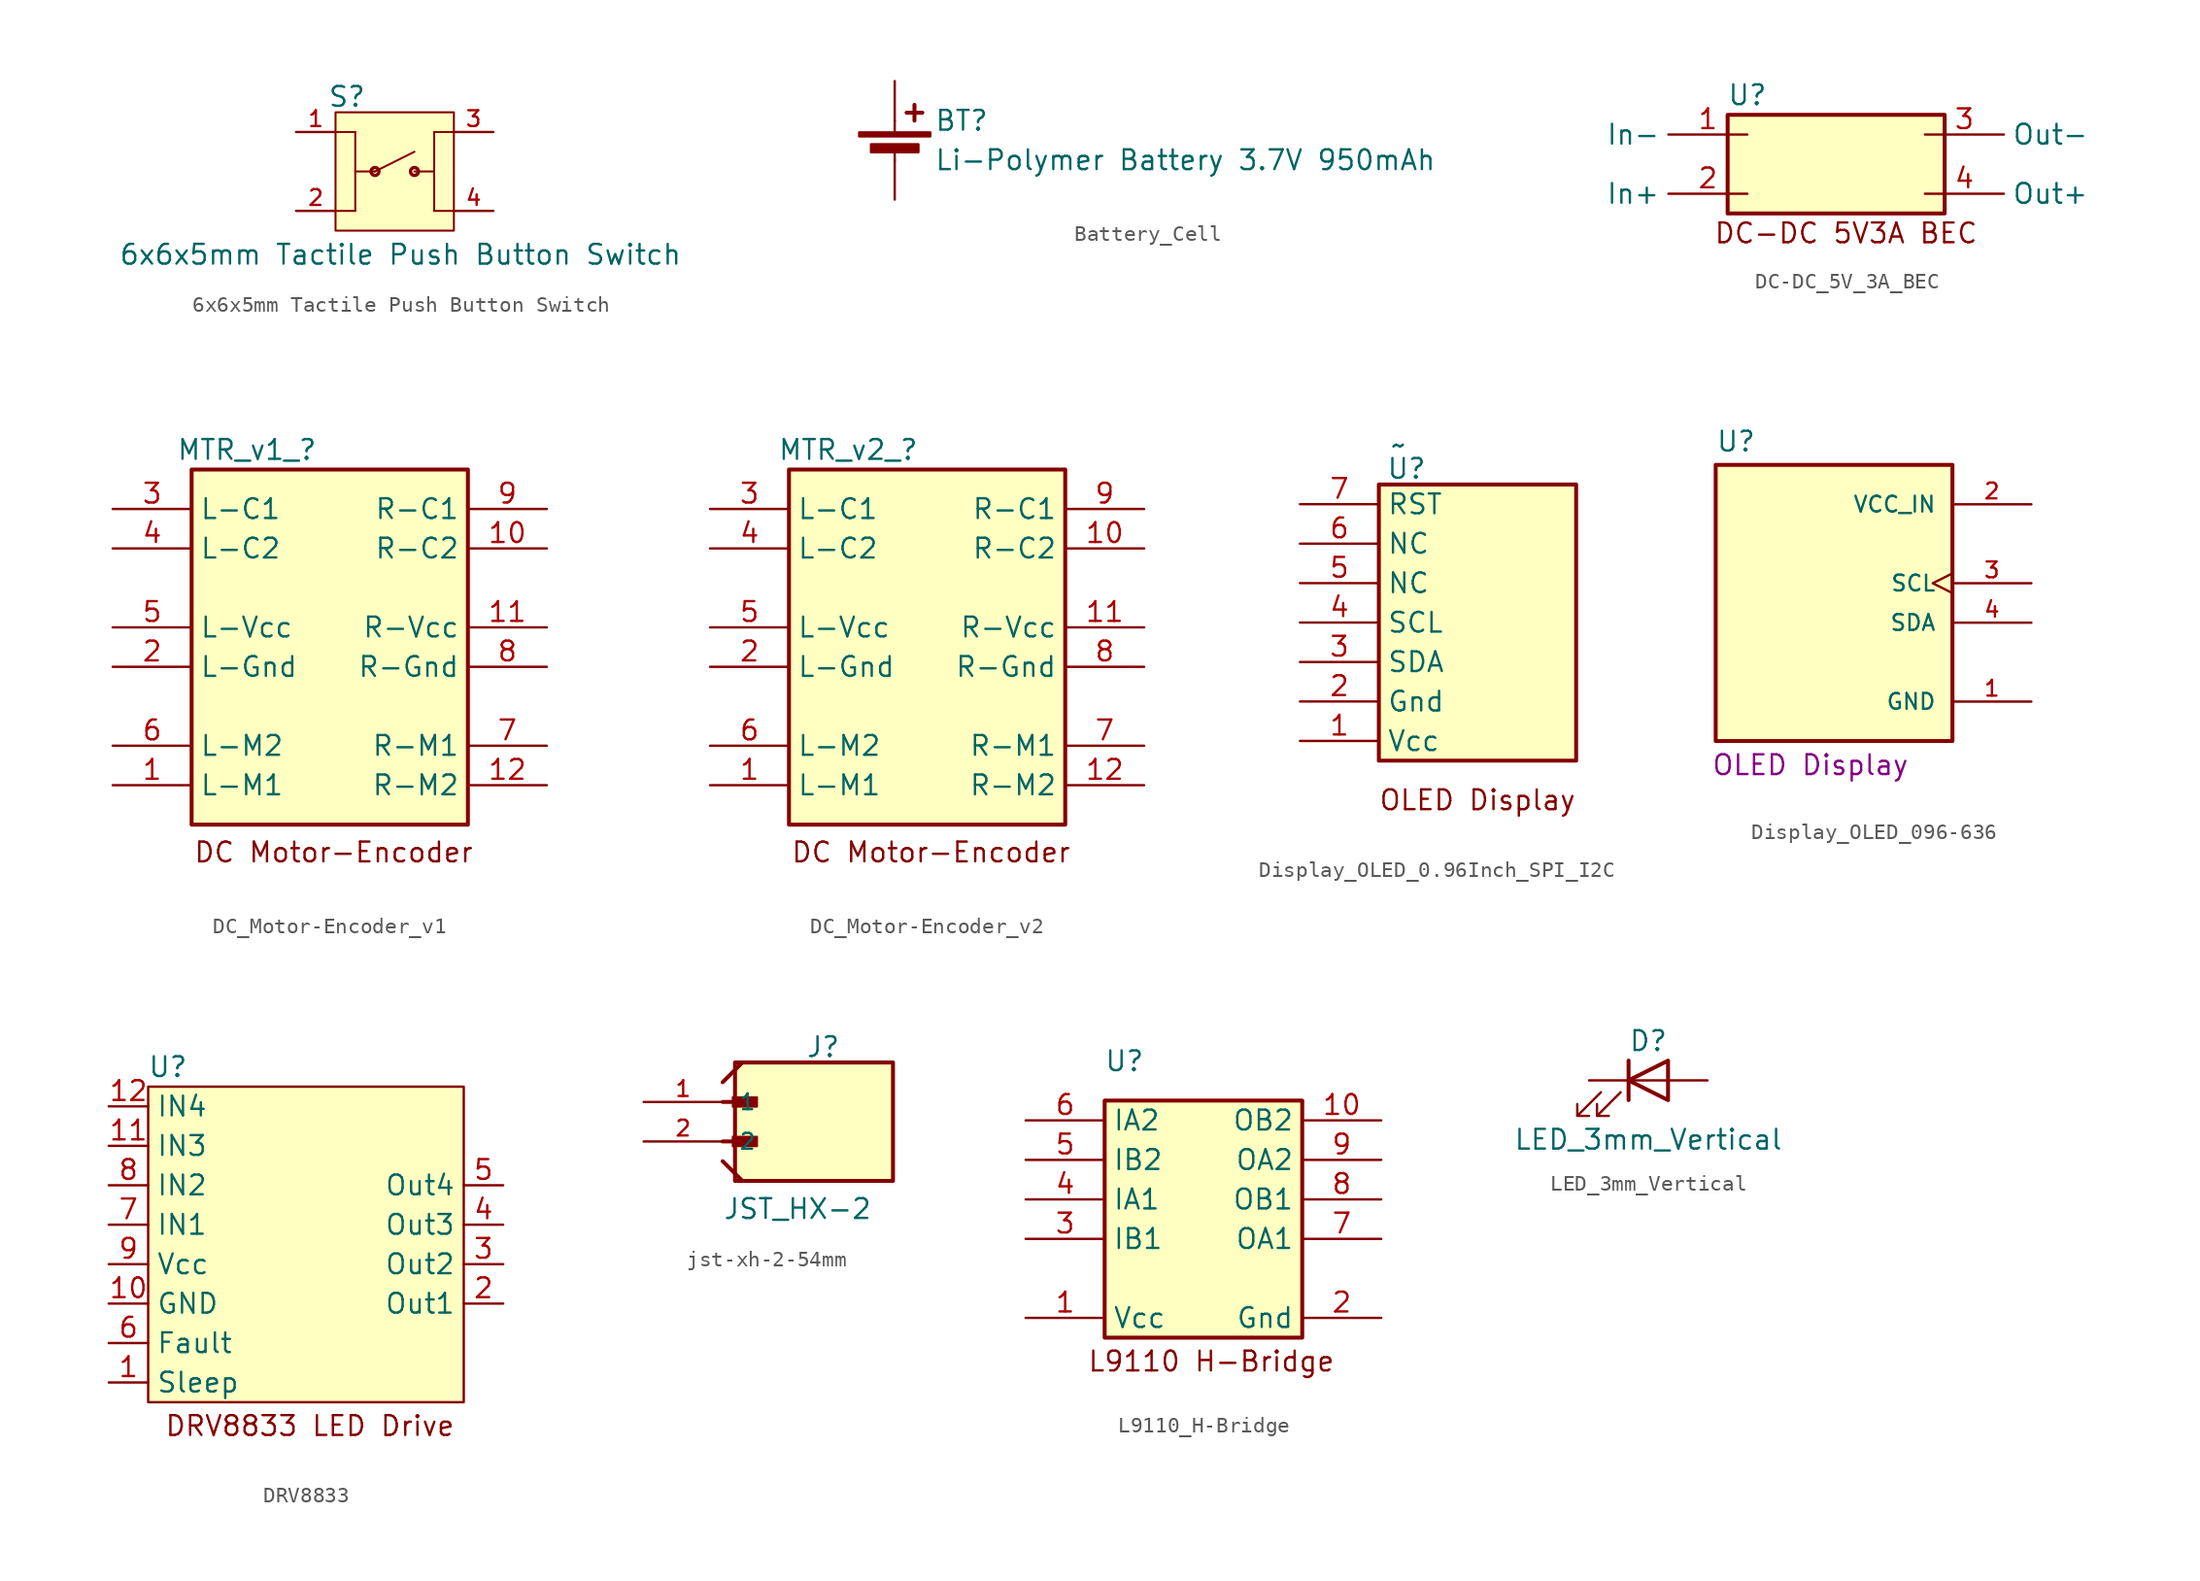
<source format=kicad_sym>
(kicad_symbol_lib
  (version 20241209)
  (generator "kicad_symbol_editor")
  (generator_version "9.0")
  (symbol "6x6x5mm Tactile Push Button Switch"
    (pin_names
      (offset 1.016))
    (property "Reference" "S"
      (at -4.322 4.068 0)
      (effects (font (size 1.27 1.27)) (justify left bottom)))
    (property "Value" "6x6x5mm Tactile Push Button Switch"
      (at -17.78 -6.096 0)
      (effects (font (size 1.27 1.27)) (justify left bottom)))
    (symbol "6x6x5mm Tactile Push Button Switch_0_0"
      (rectangle (start -3.81 3.81) (end 3.81 -3.81) (stroke (width 0.127) (type default)) (fill (type background)))
      (polyline (pts (xy -3.81 2.54) (xy -2.54 2.54)) (stroke (width 0.127) (type default)) (fill (type none)))
      (polyline (pts (xy -2.54 2.54) (xy -2.54 -2.54)) (stroke (width 0.127) (type default)) (fill (type none)))
      (polyline (pts (xy -2.54 0) (xy -1.27 0)) (stroke (width 0.127) (type default)) (fill (type none)))
      (polyline (pts (xy -2.54 -2.54) (xy -3.81 -2.54)) (stroke (width 0.127) (type default)) (fill (type none)))
      (circle (center -1.27 0) (radius 0.254) (stroke (width 0.216) (type default)) (fill (type none)))
      (polyline (pts (xy -1.27 0) (xy 1.27 1.27)) (stroke (width 0.127) (type default)) (fill (type none)))
      (polyline (pts (xy 1.27 0) (xy 2.54 0)) (stroke (width 0.127) (type default)) (fill (type none)))
      (circle (center 1.27 0) (radius 0.254) (stroke (width 0.216) (type default)) (fill (type none)))
      (polyline (pts (xy 2.54 2.54) (xy 2.54 -2.54)) (stroke (width 0.127) (type default)) (fill (type none)))
      (polyline (pts (xy 2.54 -2.54) (xy 3.81 -2.54)) (stroke (width 0.127) (type default)) (fill (type none)))
      (polyline (pts (xy 3.81 2.54) (xy 2.54 2.54)) (stroke (width 0.127) (type default)) (fill (type none)))
      (pin passive line (at -6.35 2.54 0) (length 2.54) (name "~" (effects (font (size 1.016 1.016)))) (number "1" (effects (font (size 1.016 1.016)))))
      (pin passive line (at -6.35 -2.54 0) (length 2.54) (name "~" (effects (font (size 1.016 1.016)))) (number "2" (effects (font (size 1.016 1.016)))))
      (pin passive line (at 6.35 2.54 180) (length 2.54) (name "~" (effects (font (size 1.016 1.016)))) (number "3" (effects (font (size 1.016 1.016)))))
      (pin passive line (at 6.35 -2.54 180) (length 2.54) (name "~" (effects (font (size 1.016 1.016)))) (number "4" (effects (font (size 1.016 1.016)))))))
  (symbol "Battery_Cell"
    (pin_numbers
      (hide yes))
    (pin_names
      (offset 0)
      (hide yes))
    (property "Reference" "BT"
      (at 2.54 2.54 0)
      (effects (font (size 1.27 1.27)) (justify left)))
    (property "Value" "Li-Polymer Battery 3.7V 950mAh"
      (at 2.54 0 0)
      (effects (font (size 1.27 1.27)) (justify left)))
    (symbol "Battery_Cell_0_1"
      (rectangle (start -2.286 1.778) (end 2.286 1.524) (stroke (width 0) (type default)) (fill (type outline)))
      (rectangle (start -1.524 1.016) (end 1.524 0.508) (stroke (width 0) (type default)) (fill (type outline)))
      (polyline (pts (xy 0 1.778) (xy 0 2.54)) (stroke (width 0) (type default)) (fill (type none)))
      (polyline (pts (xy 0 0.762) (xy 0 0)) (stroke (width 0) (type default)) (fill (type none)))
      (polyline (pts (xy 0.762 3.048) (xy 1.778 3.048)) (stroke (width 0.254) (type default)) (fill (type none)))
      (polyline (pts (xy 1.27 3.556) (xy 1.27 2.54)) (stroke (width 0.254) (type default)) (fill (type none))))
    (symbol "Battery_Cell_1_1"
      (pin passive line (at 0 5.08 270) (length 2.54) (name "+" (effects (font (size 1.27 1.27)))) (number "1" (effects (font (size 1.27 1.27)))))
      (pin passive line (at 0 -2.54 90) (length 2.54) (name "-" (effects (font (size 1.27 1.27)))) (number "2" (effects (font (size 1.27 1.27)))))))
  (symbol "DC-DC_5V_3A_BEC"
    (property "Reference" "U"
      (at 0 0 0)
      (effects (font (size 1.27 1.27))))
    (property "Value" ""
      (at 0 0 0)
      (effects (font (size 1.27 1.27))))
    (symbol "DC-DC_5V_3A_BEC_0_1"
      (rectangle (start -1.27 -1.27) (end 12.7 -7.62) (stroke (width 0.254) (type default)) (fill (type background))))
    (symbol "DC-DC_5V_3A_BEC_1_1"
      (text "DC-DC 5V3A BEC" (at 6.35 -8.89 0) (effects (font (size 1.27 1.27))))
      (pin input line (at 0 -2.54 180) (length 5.08) (name "In-" (effects (font (size 1.27 1.27)))) (number "1" (effects (font (size 1.27 1.27)))))
      (pin input line (at 0 -6.35 180) (length 5.08) (name "In+" (effects (font (size 1.27 1.27)))) (number "2" (effects (font (size 1.27 1.27)))))
      (pin output line (at 11.43 -2.54 0) (length 5.08) (name "Out-" (effects (font (size 1.27 1.27)))) (number "3" (effects (font (size 1.27 1.27)))))
      (pin output line (at 11.43 -6.35 0) (length 5.08) (name "Out+" (effects (font (size 1.27 1.27)))) (number "4" (effects (font (size 1.27 1.27)))))))
  (symbol "DC_Motor-Encoder_v1"
    (property "Reference" "MTR_v1_"
      (at -2.794 6.35 0)
      (effects (font (size 1.27 1.27))))
    (property "Value" ""
      (at 0 0 0)
      (effects (font (size 1.27 1.27))))
    (symbol "DC_Motor-Encoder_v1_0_1"
      (rectangle (start -6.35 5.08) (end 11.43 -17.78) (stroke (width 0.254) (type default)) (fill (type background))))
    (symbol "DC_Motor-Encoder_v1_1_1"
      (text "DC Motor-Encoder" (at 2.794 -19.558 0) (effects (font (size 1.27 1.27))))
      (pin output line (at -11.43 2.54 0) (length 5.08) (name "L-C1" (effects (font (size 1.27 1.27)))) (number "3" (effects (font (size 1.27 1.27)))))
      (pin output line (at -11.43 0 0) (length 5.08) (name "L-C2" (effects (font (size 1.27 1.27)))) (number "4" (effects (font (size 1.27 1.27)))))
      (pin input line (at -11.43 -5.08 0) (length 5.08) (name "L-Vcc" (effects (font (size 1.27 1.27)))) (number "5" (effects (font (size 1.27 1.27)))))
      (pin input line (at -11.43 -7.62 0) (length 5.08) (name "L-Gnd" (effects (font (size 1.27 1.27)))) (number "2" (effects (font (size 1.27 1.27)))))
      (pin input line (at -11.43 -12.7 0) (length 5.08) (name "L-M2" (effects (font (size 1.27 1.27)))) (number "6" (effects (font (size 1.27 1.27)))))
      (pin input line (at -11.43 -15.24 0) (length 5.08) (name "L-M1" (effects (font (size 1.27 1.27)))) (number "1" (effects (font (size 1.27 1.27)))))
      (pin output line (at 16.51 2.54 180) (length 5.08) (name "R-C1" (effects (font (size 1.27 1.27)))) (number "9" (effects (font (size 1.27 1.27)))))
      (pin output line (at 16.51 0 180) (length 5.08) (name "R-C2" (effects (font (size 1.27 1.27)))) (number "10" (effects (font (size 1.27 1.27)))))
      (pin input line (at 16.51 -5.08 180) (length 5.08) (name "R-Vcc" (effects (font (size 1.27 1.27)))) (number "11" (effects (font (size 1.27 1.27)))))
      (pin input line (at 16.51 -7.62 180) (length 5.08) (name "R-Gnd" (effects (font (size 1.27 1.27)))) (number "8" (effects (font (size 1.27 1.27)))))
      (pin input line (at 16.51 -12.7 180) (length 5.08) (name "R-M1" (effects (font (size 1.27 1.27)))) (number "7" (effects (font (size 1.27 1.27)))))
      (pin input line (at 16.51 -15.24 180) (length 5.08) (name "R-M2" (effects (font (size 1.27 1.27)))) (number "12" (effects (font (size 1.27 1.27)))))))
  (symbol "DC_Motor-Encoder_v2"
    (property "Reference" "MTR_v2_"
      (at -2.54 6.35 0)
      (effects (font (size 1.27 1.27))))
    (property "Value" ""
      (at 0 0 0)
      (effects (font (size 1.27 1.27))))
    (symbol "DC_Motor-Encoder_v2_0_1"
      (rectangle (start -6.35 5.08) (end 11.43 -17.78) (stroke (width 0.254) (type default)) (fill (type background))))
    (symbol "DC_Motor-Encoder_v2_1_1"
      (text "DC Motor-Encoder" (at 2.794 -19.558 0) (effects (font (size 1.27 1.27))))
      (pin output line (at -11.43 2.54 0) (length 5.08) (name "L-C1" (effects (font (size 1.27 1.27)))) (number "3" (effects (font (size 1.27 1.27)))))
      (pin output line (at -11.43 0 0) (length 5.08) (name "L-C2" (effects (font (size 1.27 1.27)))) (number "4" (effects (font (size 1.27 1.27)))))
      (pin input line (at -11.43 -5.08 0) (length 5.08) (name "L-Vcc" (effects (font (size 1.27 1.27)))) (number "5" (effects (font (size 1.27 1.27)))))
      (pin input line (at -11.43 -7.62 0) (length 5.08) (name "L-Gnd" (effects (font (size 1.27 1.27)))) (number "2" (effects (font (size 1.27 1.27)))))
      (pin input line (at -11.43 -12.7 0) (length 5.08) (name "L-M2" (effects (font (size 1.27 1.27)))) (number "6" (effects (font (size 1.27 1.27)))))
      (pin input line (at -11.43 -15.24 0) (length 5.08) (name "L-M1" (effects (font (size 1.27 1.27)))) (number "1" (effects (font (size 1.27 1.27)))))
      (pin output line (at 16.51 2.54 180) (length 5.08) (name "R-C1" (effects (font (size 1.27 1.27)))) (number "9" (effects (font (size 1.27 1.27)))))
      (pin output line (at 16.51 0 180) (length 5.08) (name "R-C2" (effects (font (size 1.27 1.27)))) (number "10" (effects (font (size 1.27 1.27)))))
      (pin input line (at 16.51 -5.08 180) (length 5.08) (name "R-Vcc" (effects (font (size 1.27 1.27)))) (number "11" (effects (font (size 1.27 1.27)))))
      (pin input line (at 16.51 -7.62 180) (length 5.08) (name "R-Gnd" (effects (font (size 1.27 1.27)))) (number "8" (effects (font (size 1.27 1.27)))))
      (pin input line (at 16.51 -12.7 180) (length 5.08) (name "R-M1" (effects (font (size 1.27 1.27)))) (number "7" (effects (font (size 1.27 1.27)))))
      (pin input line (at 16.51 -15.24 180) (length 5.08) (name "R-M2" (effects (font (size 1.27 1.27)))) (number "12" (effects (font (size 1.27 1.27)))))))
  (symbol "Display_OLED_0.96Inch_SPI_I2C"
    (property "Reference" "U"
      (at 0.508 -1.524 0)
      (effects (font (size 1.27 1.27))))
    (property "Value" "~"
      (at 0 0 0)
      (effects (font (size 1.27 1.27))))
    (symbol "Display_OLED_0.96Inch_SPI_I2C_0_1"
      (rectangle (start -1.27 -2.54) (end 11.43 -20.32) (stroke (width 0.254) (type default)) (fill (type background))))
    (symbol "Display_OLED_0.96Inch_SPI_I2C_1_1"
      (text "OLED Display" (at 5.08 -22.86 0) (effects (font (size 1.27 1.27))))
      (pin input line (at -6.35 -3.81 0) (length 5.08) (name "RST" (effects (font (size 1.27 1.27)))) (number "7" (effects (font (size 1.27 1.27)))))
      (pin input line (at -6.35 -6.35 0) (length 5.08) (name "NC" (effects (font (size 1.27 1.27)))) (number "6" (effects (font (size 1.27 1.27)))))
      (pin input line (at -6.35 -8.89 0) (length 5.08) (name "NC" (effects (font (size 1.27 1.27)))) (number "5" (effects (font (size 1.27 1.27)))))
      (pin input line (at -6.35 -11.43 0) (length 5.08) (name "SCL" (effects (font (size 1.27 1.27)))) (number "4" (effects (font (size 1.27 1.27)))))
      (pin input line (at -6.35 -13.97 0) (length 5.08) (name "SDA" (effects (font (size 1.27 1.27)))) (number "3" (effects (font (size 1.27 1.27)))))
      (pin input line (at -6.35 -16.51 0) (length 5.08) (name "Gnd" (effects (font (size 1.27 1.27)))) (number "2" (effects (font (size 1.27 1.27)))))
      (pin input line (at -6.35 -19.05 0) (length 5.08) (name "Vcc" (effects (font (size 1.27 1.27)))) (number "1" (effects (font (size 1.27 1.27)))))))
  (symbol "Display_OLED_096-636"
    (pin_names
      (offset 1.016))
    (property "Reference" "U"
      (at -7.62 10.922 0)
      (effects (font (size 1.27 1.27)) (justify left bottom)))
    (property "Value" ""
      (at -7.62 -10.16 0)
      (effects (font (size 1.27 1.27)) (justify left bottom)))
    (property "MANUFACTURER" "OLED Display"
      (at -1.524 -9.906 0)
      (effects (font (size 1.27 1.27)) (justify bottom)))
    (symbol "Display_OLED_096-636_0_0"
      (rectangle (start -7.62 10.16) (end 7.62 -7.62) (stroke (width 0.254) (type default)) (fill (type background)))
      (pin power_in line (at 12.7 7.62 180) (length 5.08) (name "VCC_IN" (effects (font (size 1.016 1.016)))) (number "2" (effects (font (size 1.016 1.016)))))
      (pin input clock (at 12.7 2.54 180) (length 5.08) (name "SCL" (effects (font (size 1.016 1.016)))) (number "3" (effects (font (size 1.016 1.016)))))
      (pin bidirectional line (at 12.7 0 180) (length 5.08) (name "SDA" (effects (font (size 1.016 1.016)))) (number "4" (effects (font (size 1.016 1.016)))))
      (pin power_in line (at 12.7 -5.08 180) (length 5.08) (name "GND" (effects (font (size 1.016 1.016)))) (number "1" (effects (font (size 1.016 1.016)))))))
  (symbol "DRV8833"
    (property "Reference" "U"
      (at -8.89 10.16 0)
      (effects (font (size 1.27 1.27))))
    (property "Value" ""
      (at 1.27 9.906 0)
      (effects (font (size 1.27 1.27))))
    (symbol "DRV8833_0_1"
      (rectangle (start -10.16 8.89) (end 10.16 -11.43) (stroke (width 0) (type default)) (fill (type background))))
    (symbol "DRV8833_1_1"
      (text "DRV8833 LED Drive" (at 0.254 -12.954 0) (effects (font (size 1.27 1.27))))
      (pin input line (at -12.7 7.62 0) (length 2.54) (name "IN4" (effects (font (size 1.27 1.27)))) (number "12" (effects (font (size 1.27 1.27)))))
      (pin input line (at -12.7 5.08 0) (length 2.54) (name "IN3" (effects (font (size 1.27 1.27)))) (number "11" (effects (font (size 1.27 1.27)))))
      (pin input line (at -12.7 2.54 0) (length 2.54) (name "IN2" (effects (font (size 1.27 1.27)))) (number "8" (effects (font (size 1.27 1.27)))))
      (pin input line (at -12.7 0 0) (length 2.54) (name "IN1" (effects (font (size 1.27 1.27)))) (number "7" (effects (font (size 1.27 1.27)))))
      (pin power_in line (at -12.7 -2.54 0) (length 2.54) (name "Vcc" (effects (font (size 1.27 1.27)))) (number "9" (effects (font (size 1.27 1.27)))))
      (pin power_in line (at -12.7 -5.08 0) (length 2.54) (name "GND" (effects (font (size 1.27 1.27)))) (number "10" (effects (font (size 1.27 1.27)))))
      (pin bidirectional line (at -12.7 -7.62 0) (length 2.54) (name "Fault" (effects (font (size 1.27 1.27)))) (number "6" (effects (font (size 1.27 1.27)))))
      (pin bidirectional line (at -12.7 -10.16 0) (length 2.54) (name "Sleep" (effects (font (size 1.27 1.27)))) (number "1" (effects (font (size 1.27 1.27)))))
      (pin power_out line (at 12.7 2.54 180) (length 2.54) (name "Out4" (effects (font (size 1.27 1.27)))) (number "5" (effects (font (size 1.27 1.27)))))
      (pin power_out line (at 12.7 0 180) (length 2.54) (name "Out3" (effects (font (size 1.27 1.27)))) (number "4" (effects (font (size 1.27 1.27)))))
      (pin power_out line (at 12.7 -2.54 180) (length 2.54) (name "Out2" (effects (font (size 1.27 1.27)))) (number "3" (effects (font (size 1.27 1.27)))))
      (pin power_out line (at 12.7 -5.08 180) (length 2.54) (name "Out1" (effects (font (size 1.27 1.27)))) (number "2" (effects (font (size 1.27 1.27)))))))
  (symbol "jst-xh-2-54mm"
    (pin_names
      (offset 1.016))
    (property "Reference" "J"
      (at 0.254 5.334 0)
      (effects (font (size 1.27 1.27)) (justify left bottom)))
    (property "Value" "JST_HX-2"
      (at -5.08 -5.08 0)
      (effects (font (size 1.27 1.27)) (justify left bottom)))
    (symbol "jst-xh-2-54mm_0_0"
      (polyline (pts (xy -5.08 3.81) (xy -3.81 5.08)) (stroke (width 0.254) (type default)) (fill (type none)))
      (polyline (pts (xy -5.08 2.54) (xy -3.175 2.54)) (stroke (width 0.254) (type default)) (fill (type none)))
      (polyline (pts (xy -5.08 0) (xy -3.175 0)) (stroke (width 0.254) (type default)) (fill (type none)))
      (polyline (pts (xy -5.08 -1.27) (xy -3.81 -2.54)) (stroke (width 0.254) (type default)) (fill (type none)))
      (rectangle (start -4.445 2.223) (end -2.857 2.857) (stroke (width 0.1) (type default)) (fill (type outline)))
      (rectangle (start -4.445 -0.318) (end -2.857 0.318) (stroke (width 0.1) (type default)) (fill (type outline)))
      (rectangle (start -4.286 5.08) (end 5.874 -2.54) (stroke (width 0.254) (type default)) (fill (type background)))
      (pin passive line (at -10.16 2.54 0) (length 5.08) (name "1" (effects (font (size 1.016 1.016)))) (number "1" (effects (font (size 1.016 1.016)))))
      (pin passive line (at -10.16 0 0) (length 5.08) (name "2" (effects (font (size 1.016 1.016)))) (number "2" (effects (font (size 1.016 1.016)))))))
  (symbol "L9110_H-Bridge"
    (property "Reference" "U"
      (at 0 0 0)
      (effects (font (size 1.27 1.27))))
    (property "Value" ""
      (at 0 0 0)
      (effects (font (size 1.27 1.27))))
    (symbol "L9110_H-Bridge_0_1"
      (rectangle (start -1.27 -2.54) (end 11.43 -17.78) (stroke (width 0.254) (type default)) (fill (type background))))
    (symbol "L9110_H-Bridge_1_1"
      (text "L9110 H-Bridge" (at 5.588 -19.304 0) (effects (font (size 1.27 1.27))))
      (pin input line (at -6.35 -3.81 0) (length 5.08) (name "IA2" (effects (font (size 1.27 1.27)))) (number "6" (effects (font (size 1.27 1.27)))))
      (pin input line (at -6.35 -6.35 0) (length 5.08) (name "IB2" (effects (font (size 1.27 1.27)))) (number "5" (effects (font (size 1.27 1.27)))))
      (pin input line (at -6.35 -8.89 0) (length 5.08) (name "IA1" (effects (font (size 1.27 1.27)))) (number "4" (effects (font (size 1.27 1.27)))))
      (pin input line (at -6.35 -11.43 0) (length 5.08) (name "IB1" (effects (font (size 1.27 1.27)))) (number "3" (effects (font (size 1.27 1.27)))))
      (pin input line (at -6.35 -16.51 0) (length 5.08) (name "Vcc" (effects (font (size 1.27 1.27)))) (number "1" (effects (font (size 1.27 1.27)))))
      (pin output line (at 16.51 -3.81 180) (length 5.08) (name "OB2" (effects (font (size 1.27 1.27)))) (number "10" (effects (font (size 1.27 1.27)))))
      (pin output line (at 16.51 -6.35 180) (length 5.08) (name "OA2" (effects (font (size 1.27 1.27)))) (number "9" (effects (font (size 1.27 1.27)))))
      (pin output line (at 16.51 -8.89 180) (length 5.08) (name "OB1" (effects (font (size 1.27 1.27)))) (number "8" (effects (font (size 1.27 1.27)))))
      (pin output line (at 16.51 -11.43 180) (length 5.08) (name "OA1" (effects (font (size 1.27 1.27)))) (number "7" (effects (font (size 1.27 1.27)))))
      (pin input line (at 16.51 -16.51 180) (length 5.08) (name "Gnd" (effects (font (size 1.27 1.27)))) (number "2" (effects (font (size 1.27 1.27)))))))
  (symbol "LED_3mm_Vertical"
    (pin_numbers
      (hide yes))
    (pin_names
      (offset 1.016)
      (hide yes))
    (property "Reference" "D"
      (at 0 2.54 0)
      (effects (font (size 1.27 1.27))))
    (property "Value" "LED_3mm_Vertical"
      (at 0 -3.81 0)
      (effects (font (size 1.27 1.27))))
    (symbol "LED_3mm_Vertical_0_1"
      (polyline (pts (xy -3.048 -0.762) (xy -4.572 -2.286) (xy -3.81 -2.286) (xy -4.572 -2.286) (xy -4.572 -1.524)) (stroke (width 0) (type default)) (fill (type none)))
      (polyline (pts (xy -1.778 -0.762) (xy -3.302 -2.286) (xy -2.54 -2.286) (xy -3.302 -2.286) (xy -3.302 -1.524)) (stroke (width 0) (type default)) (fill (type none)))
      (polyline (pts (xy -1.27 0) (xy 1.27 0)) (stroke (width 0) (type default)) (fill (type none)))
      (polyline (pts (xy -1.27 -1.27) (xy -1.27 1.27)) (stroke (width 0.254) (type default)) (fill (type none)))
      (polyline (pts (xy 1.27 -1.27) (xy 1.27 1.27) (xy -1.27 0) (xy 1.27 -1.27)) (stroke (width 0.254) (type default)) (fill (type none))))
    (symbol "LED_3mm_Vertical_1_1"
      (pin passive line (at -3.81 0 0) (length 2.54) (name "K" (effects (font (size 1.27 1.27)))) (number "1" (effects (font (size 1.27 1.27)))))
      (pin passive line (at 3.81 0 180) (length 2.54) (name "A" (effects (font (size 1.27 1.27)))) (number "2" (effects (font (size 1.27 1.27))))))))
</source>
